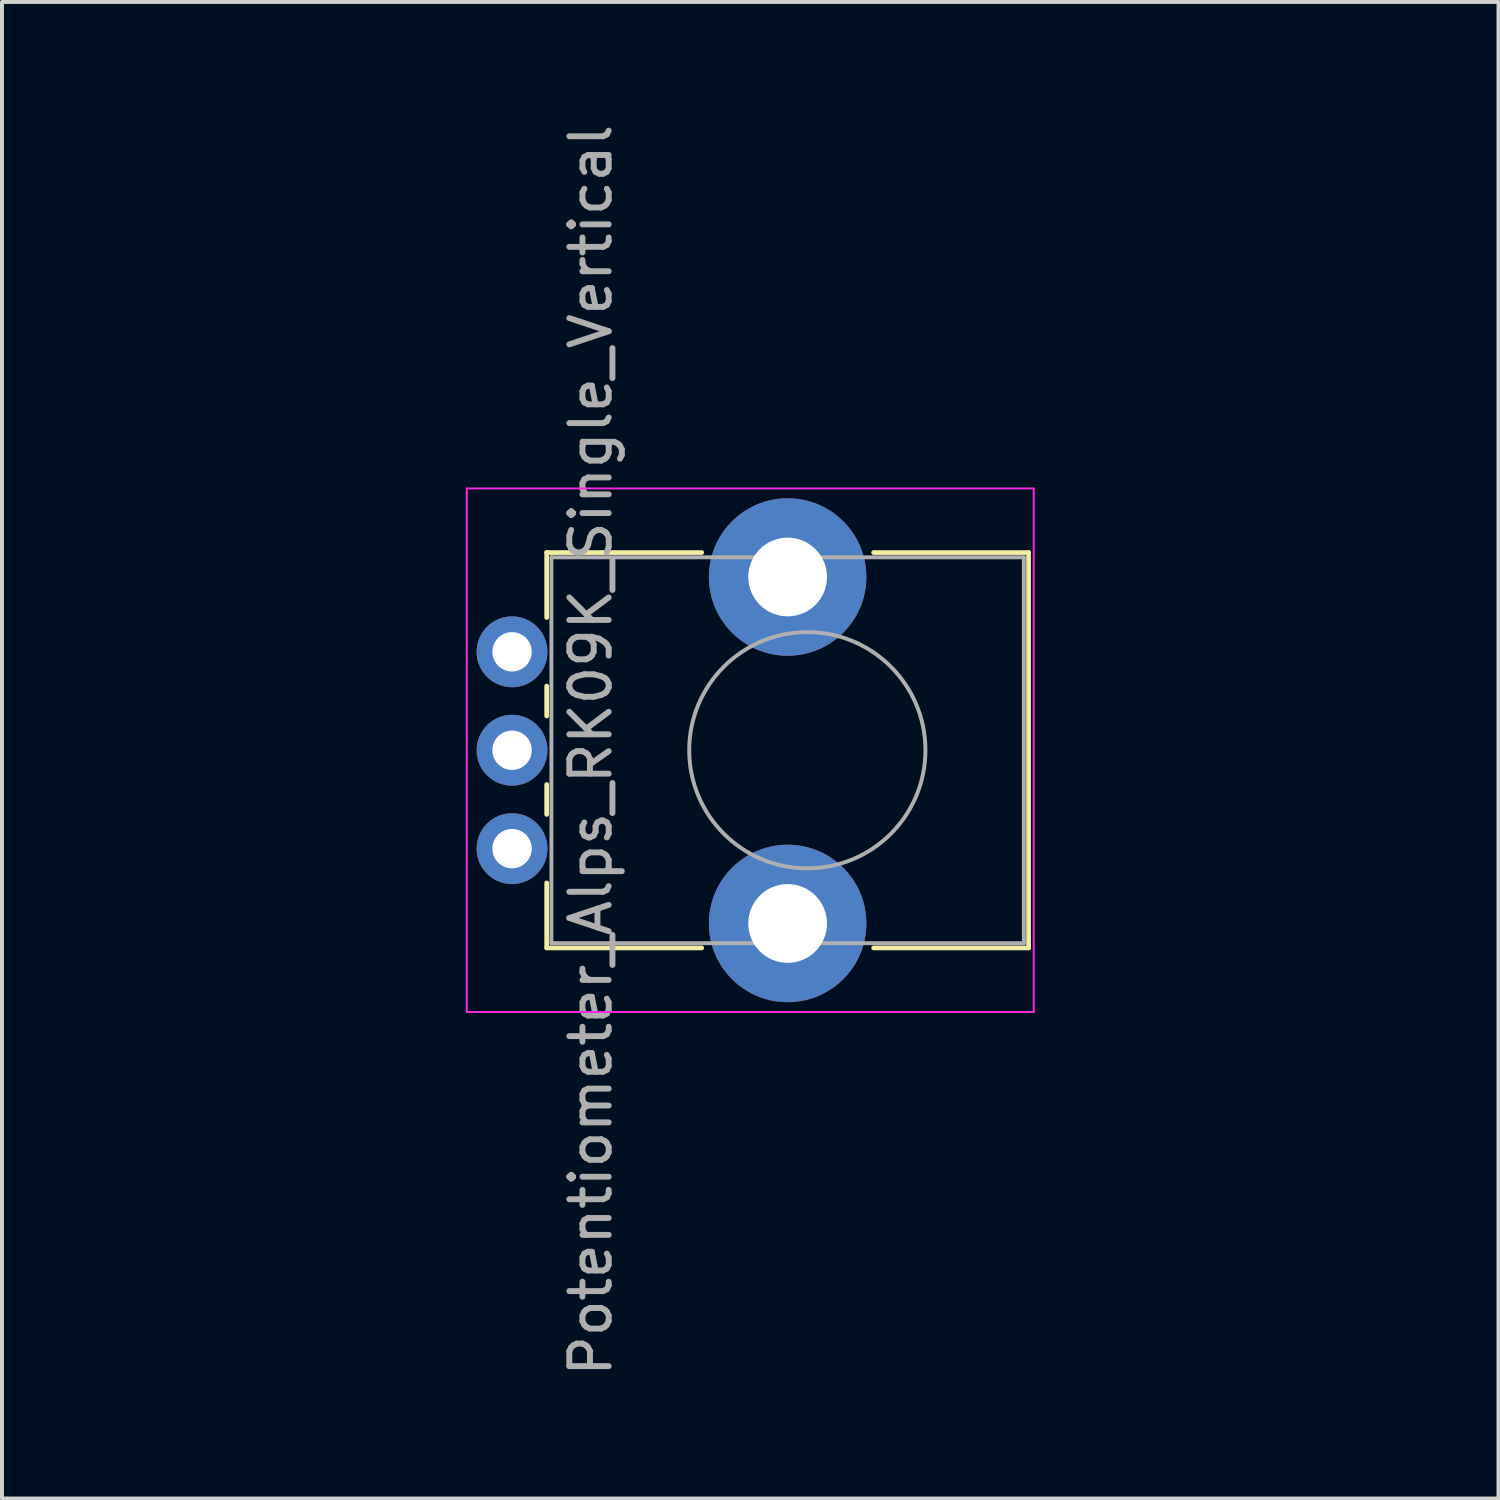
<source format=kicad_pcb>
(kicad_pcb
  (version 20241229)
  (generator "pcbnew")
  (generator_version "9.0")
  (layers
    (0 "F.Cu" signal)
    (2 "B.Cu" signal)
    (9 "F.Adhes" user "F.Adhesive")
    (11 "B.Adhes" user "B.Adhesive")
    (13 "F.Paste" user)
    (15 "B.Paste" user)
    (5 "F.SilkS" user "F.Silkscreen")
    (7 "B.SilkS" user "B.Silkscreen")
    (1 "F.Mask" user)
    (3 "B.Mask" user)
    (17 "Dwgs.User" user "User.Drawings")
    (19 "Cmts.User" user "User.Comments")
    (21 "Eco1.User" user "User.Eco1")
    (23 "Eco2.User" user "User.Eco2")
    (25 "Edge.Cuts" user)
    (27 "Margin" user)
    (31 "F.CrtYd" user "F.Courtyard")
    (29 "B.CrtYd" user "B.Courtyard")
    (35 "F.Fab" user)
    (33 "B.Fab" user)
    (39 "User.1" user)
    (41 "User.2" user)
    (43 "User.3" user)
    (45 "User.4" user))
  (footprint "Potentiometer_Alps_RK09K_Single_Vertical"
    (layer "F.Cu")
    (at 9.956 18.506)
    (property "Reference" "Potentiometer_Alps_RK09K_Single_Vertical" (at 6.05 -10.15 0) (layer "Eco1.User") (effects (font (size 1 1) (thickness 0.15))))
    (attr through_hole)
    (fp_line (start 0.88 -7.521) (end 0.88 -5.871) (stroke (width 0.12) (type solid)) (layer "F.SilkS"))
    (fp_line (start 0.88 -7.521) (end 4.817 -7.521) (stroke (width 0.12) (type solid)) (layer "F.SilkS"))
    (fp_line (start 0.88 -4.129) (end 0.88 -3.37) (stroke (width 0.12) (type solid)) (layer "F.SilkS"))
    (fp_line (start 0.88 -1.629) (end 0.88 -0.87) (stroke (width 0.12) (type solid)) (layer "F.SilkS"))
    (fp_line (start 0.88 0.87) (end 0.88 2.52) (stroke (width 0.12) (type solid)) (layer "F.SilkS"))
    (fp_line (start 0.88 2.52) (end 4.817 2.52) (stroke (width 0.12) (type solid)) (layer "F.SilkS"))
    (fp_line (start 9.184 -7.521) (end 13.12 -7.521) (stroke (width 0.12) (type solid)) (layer "F.SilkS"))
    (fp_line (start 9.184 2.52) (end 13.12 2.52) (stroke (width 0.12) (type solid)) (layer "F.SilkS"))
    (fp_line (start 13.12 -7.521) (end 13.12 2.52) (stroke (width 0.12) (type solid)) (layer "F.SilkS"))
    (fp_line (start -1.15 -9.15) (end -1.15 4.15) (stroke (width 0.05) (type solid)) (layer "F.CrtYd"))
    (fp_line (start -1.15 4.15) (end 13.25 4.15) (stroke (width 0.05) (type solid)) (layer "F.CrtYd"))
    (fp_line (start 13.25 -9.15) (end -1.15 -9.15) (stroke (width 0.05) (type solid)) (layer "F.CrtYd"))
    (fp_line (start 13.25 4.15) (end 13.25 -9.15) (stroke (width 0.05) (type solid)) (layer "F.CrtYd"))
    (fp_line (start 1 -7.4) (end 1 2.4) (stroke (width 0.1) (type solid)) (layer "F.Fab"))
    (fp_line (start 1 2.4) (end 13 2.4) (stroke (width 0.1) (type solid)) (layer "F.Fab"))
    (fp_line (start 13 -7.4) (end 1 -7.4) (stroke (width 0.1) (type solid)) (layer "F.Fab"))
    (fp_line (start 13 2.4) (end 13 -7.4) (stroke (width 0.1) (type solid)) (layer "F.Fab"))
    (fp_circle (center 7.5 -2.5) (end 10.5 -2.5) (stroke (width 0.1) (type solid)) (fill no) (layer "F.Fab"))
    (fp_text user "${REFERENCE}" (at 2 -2.5 90) (layer "F.Fab") (effects (font (size 1 1) (thickness 0.15))))
    (pad "" np_thru_hole circle (at 7 -6.9) (size 4 4) (drill 2) (layers "*.Cu" "*.Mask"))
    (pad "" np_thru_hole circle (at 7 1.9) (size 4 4) (drill 2) (layers "*.Cu" "*.Mask"))
    (pad "1" thru_hole circle (at 0 0) (size 1.8 1.8) (drill 1) (layers "*.Cu" "*.Mask"))
    (pad "2" thru_hole circle (at 0 -2.5) (size 1.8 1.8) (drill 1) (layers "*.Cu" "*.Mask"))
    (pad "3" thru_hole circle (at 0 -5) (size 1.8 1.8) (drill 1) (layers "*.Cu" "*.Mask")))
  (gr_rect
    (start -3 -3)
    (end 35.012 35.012)
    (stroke (width 0.1) (type default))
    (fill no)
    (layer "Edge.Cuts")))
</source>
